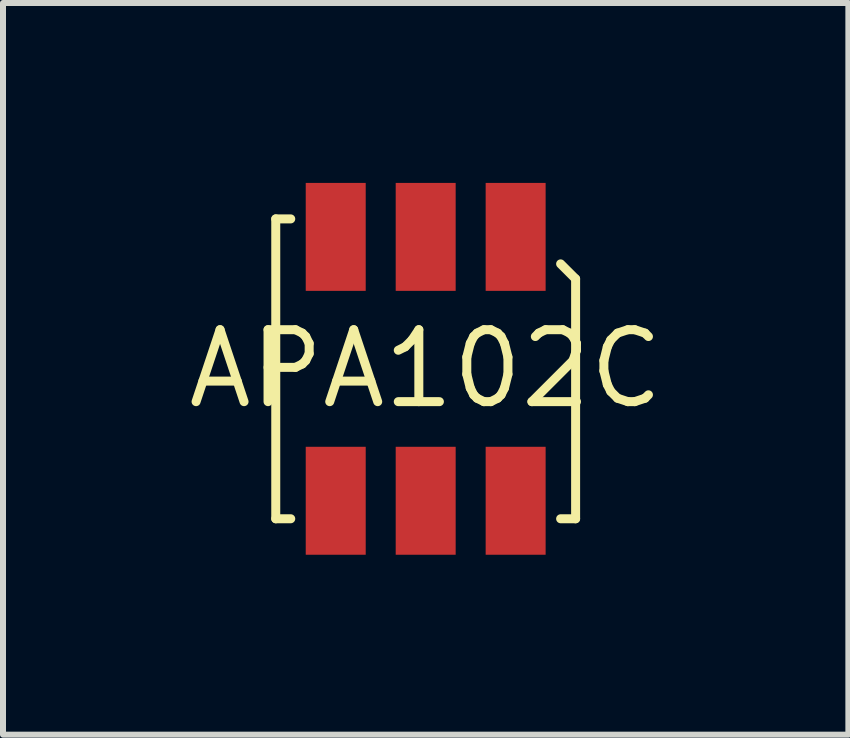
<source format=kicad_pcb>
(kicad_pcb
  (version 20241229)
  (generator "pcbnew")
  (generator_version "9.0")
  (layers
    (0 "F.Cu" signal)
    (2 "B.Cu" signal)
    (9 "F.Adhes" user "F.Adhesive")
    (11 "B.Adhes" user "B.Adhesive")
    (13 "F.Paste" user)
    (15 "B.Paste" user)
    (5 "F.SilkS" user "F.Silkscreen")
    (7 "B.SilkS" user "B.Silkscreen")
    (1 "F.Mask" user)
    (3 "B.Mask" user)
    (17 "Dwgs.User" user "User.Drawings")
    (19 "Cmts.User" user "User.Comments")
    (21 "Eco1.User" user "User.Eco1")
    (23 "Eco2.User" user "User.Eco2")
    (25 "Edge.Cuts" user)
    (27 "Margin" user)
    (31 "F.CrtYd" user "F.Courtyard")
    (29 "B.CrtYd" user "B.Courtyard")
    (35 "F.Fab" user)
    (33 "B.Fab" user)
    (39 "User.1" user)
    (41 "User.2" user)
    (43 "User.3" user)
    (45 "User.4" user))
  (footprint "APA102C"
    (layer "F.Cu")
    (at 4.048 3.1)
    (property "Reference" "APA102C" (at 0 0 0) (layer "F.SilkS") (effects (font (size 1.2 1.2) (thickness 0.15))))
    (attr through_hole)
    (fp_line (start -2.5 -2.5) (end -2.5 2.5) (stroke (width 0.15) (type solid)) (layer "F.SilkS"))
    (fp_line (start -2.5 2.5) (end -2.25 2.5) (stroke (width 0.15) (type solid)) (layer "F.SilkS"))
    (fp_line (start -2.25 -2.5) (end -2.5 -2.5) (stroke (width 0.15) (type solid)) (layer "F.SilkS"))
    (fp_line (start 2.5 -1.5) (end 2.25 -1.75) (stroke (width 0.15) (type solid)) (layer "F.SilkS"))
    (fp_line (start 2.5 2.5) (end 2.25 2.5) (stroke (width 0.15) (type solid)) (layer "F.SilkS"))
    (fp_line (start 2.5 2.5) (end 2.5 -1.5) (stroke (width 0.15) (type solid)) (layer "F.SilkS"))
    (pad "1" smd rect (at 1.5 -2.2) (size 1 1.8) (layers "F.Cu" "F.Mask" "F.Paste"))
    (pad "2" smd rect (at 0 -2.2) (size 1 1.8) (layers "F.Cu" "F.Mask" "F.Paste"))
    (pad "3" smd rect (at -1.5 -2.2) (size 1 1.8) (layers "F.Cu" "F.Mask" "F.Paste"))
    (pad "4" smd rect (at -1.5 2.2) (size 1 1.8) (layers "F.Cu" "F.Mask" "F.Paste"))
    (pad "5" smd rect (at 0 2.2) (size 1 1.8) (layers "F.Cu" "F.Mask" "F.Paste"))
    (pad "6" smd rect (at 1.5 2.2) (size 1 1.8) (layers "F.Cu" "F.Mask" "F.Paste")))
  (gr_rect
    (start -3 -3)
    (end 11.096 9.2)
    (stroke (width 0.1) (type default))
    (fill no)
    (layer "Edge.Cuts")))
</source>
